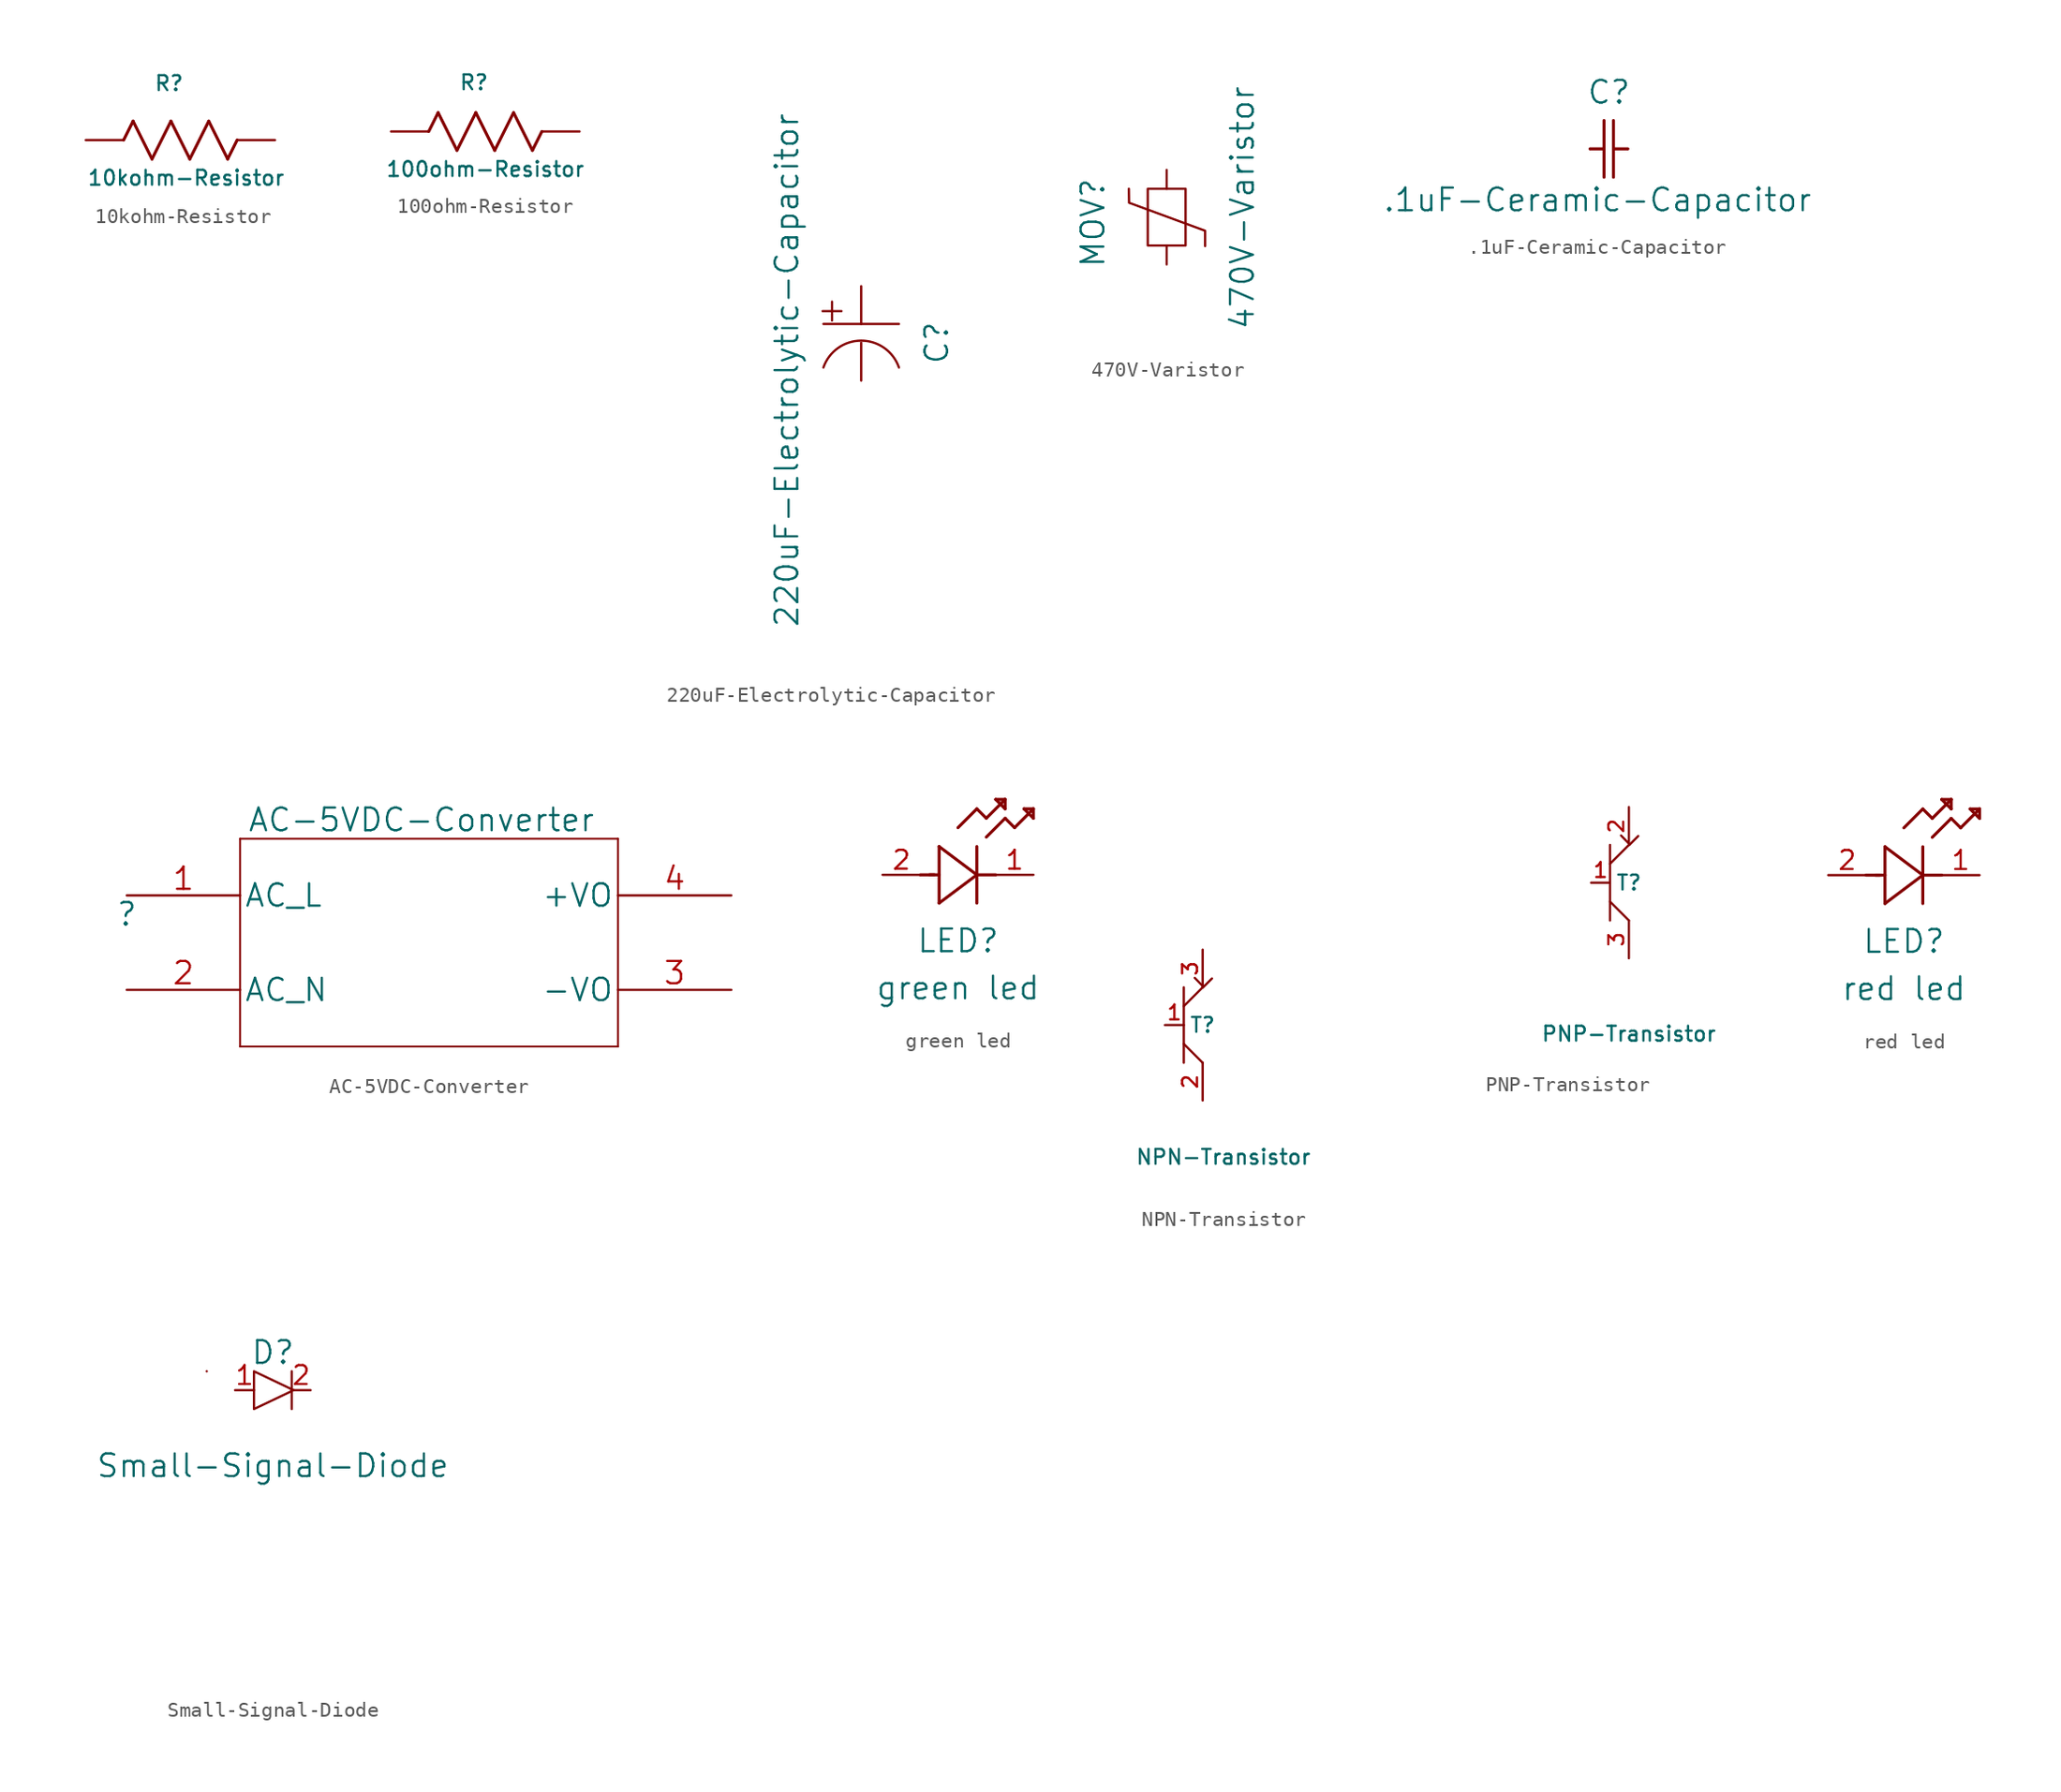
<source format=kicad_sym>
(kicad_symbol_lib
  (version 20220914)
  (generator kicad_symbol_editor)
  (symbol "10kohm-Resistor"
    (pin_numbers hide)
    (pin_names
      (offset -2.54) hide)
    (property "Reference" "R"
      (at 5.588 3.81 0)
      (effects (font (size 1 1))))
    (property "Value" "10kohm-Resistor"
      (at 6.731 -2.54 0)
      (effects (font (size 1 1))))
    (property "Datasheet" ""
      (at 0 0 0)
      (effects (font (size 1.524 1.524))))
    (symbol "10kohm-Resistor_1_1"
      (polyline (pts (xy 2.54 0) (xy 3.175 1.27)) (stroke (width 0.203) (type solid)) (fill (type none)))
      (polyline (pts (xy 3.175 1.27) (xy 4.445 -1.27)) (stroke (width 0.203) (type solid)) (fill (type none)))
      (polyline (pts (xy 4.445 -1.27) (xy 5.715 1.27)) (stroke (width 0.203) (type solid)) (fill (type none)))
      (polyline (pts (xy 5.715 1.27) (xy 6.985 -1.27)) (stroke (width 0.203) (type solid)) (fill (type none)))
      (polyline (pts (xy 6.985 -1.27) (xy 8.255 1.27)) (stroke (width 0.203) (type solid)) (fill (type none)))
      (polyline (pts (xy 8.255 1.27) (xy 9.525 -1.27)) (stroke (width 0.203) (type solid)) (fill (type none)))
      (polyline (pts (xy 9.525 -1.27) (xy 10.16 0)) (stroke (width 0.203) (type solid)) (fill (type none)))
      (pin unspecified line (at 0 0 0) (length 2.54) (name "1" (effects (font (size 1.499 1.499)))) (number "1" (effects (font (size 1.499 1.499)))))
      (pin unspecified line (at 12.7 0 180) (length 2.54) (name "2" (effects (font (size 1.499 1.499)))) (number "2" (effects (font (size 1.499 1.499)))))))
  (symbol "100ohm-Resistor"
    (pin_numbers hide)
    (pin_names
      (offset -2.54) hide)
    (property "Reference" "R"
      (at 5.588 3.302 0)
      (effects (font (size 1 1))))
    (property "Value" "100ohm-Resistor"
      (at 6.35 -2.54 0)
      (effects (font (size 1 1))))
    (property "Datasheet" ""
      (at 0 0 0)
      (effects (font (size 1.524 1.524))))
    (symbol "100ohm-Resistor_1_1"
      (polyline (pts (xy 2.54 0) (xy 3.175 1.27)) (stroke (width 0.203) (type solid)) (fill (type none)))
      (polyline (pts (xy 3.175 1.27) (xy 4.445 -1.27)) (stroke (width 0.203) (type solid)) (fill (type none)))
      (polyline (pts (xy 4.445 -1.27) (xy 5.715 1.27)) (stroke (width 0.203) (type solid)) (fill (type none)))
      (polyline (pts (xy 5.715 1.27) (xy 6.985 -1.27)) (stroke (width 0.203) (type solid)) (fill (type none)))
      (polyline (pts (xy 6.985 -1.27) (xy 8.255 1.27)) (stroke (width 0.203) (type solid)) (fill (type none)))
      (polyline (pts (xy 8.255 1.27) (xy 9.525 -1.27)) (stroke (width 0.203) (type solid)) (fill (type none)))
      (polyline (pts (xy 9.525 -1.27) (xy 10.16 0)) (stroke (width 0.203) (type solid)) (fill (type none)))
      (pin unspecified line (at 0 0 0) (length 2.54) (name "1" (effects (font (size 1.499 1.499)))) (number "1" (effects (font (size 1.499 1.499)))))
      (pin unspecified line (at 12.7 0 180) (length 2.54) (name "2" (effects (font (size 1.499 1.499)))) (number "2" (effects (font (size 1.499 1.499)))))))
  (symbol "220uF-Electrolytic-Capacitor"
    (pin_numbers hide)
    (pin_names
      (offset 1.651) hide)
    (property "Reference" "C"
      (at 13.97 -3.81 90)
      (effects (font (size 1.524 1.524))))
    (property "Value" "220uF-Electrolytic-Capacitor"
      (at 3.889 -5.645 90)
      (effects (font (size 1.524 1.524))))
    (property "Datasheet" ""
      (at -1.191 -0.565 90)
      (effects (font (size 1.524 1.524))))
    (symbol "220uF-Electrolytic-Capacitor_0_1"
      (polyline (pts (xy 6.295 -1.677) (xy 7.565 -1.677)) (stroke (width 0) (type solid)) (fill (type none)))
      (polyline (pts (xy 6.93 -1.042) (xy 6.93 -2.312)) (stroke (width 0) (type solid)) (fill (type none)))
      (polyline (pts (xy 11.43 -2.54) (xy 6.35 -2.54)) (stroke (width 0) (type solid)) (fill (type none)))
      (arc (start 11.43 -5.4716) (mid 8.89 -3.6624) (end 6.35 -5.4716) (stroke (width 0) (type solid)) (fill (type none))))
    (symbol "220uF-Electrolytic-Capacitor_1_1"
      (pin unspecified line (at 8.89 0 270) (length 2.54) (name "" (effects (font (size 1.499 1.499)))) (number "1" (effects (font (size 1.499 1.499)))))
      (pin unspecified line (at 8.89 -6.35 90) (length 2.54) (name "" (effects (font (size 1.499 1.499)))) (number "2" (effects (font (size 1.499 1.499)))))))
  (symbol "470V-Varistor"
    (pin_numbers hide)
    (pin_names hide)
    (property "Reference" "MOV"
      (at -2.413 -3.556 90)
      (effects (font (size 1.524 1.524))))
    (property "Value" "470V-Varistor"
      (at 7.62 -2.54 90)
      (effects (font (size 1.524 1.524))))
    (property "Datasheet" ""
      (at 3.81 -5.08 90)
      (effects (font (size 1.524 1.524))))
    (symbol "470V-Varistor_0_1"
      (polyline (pts (xy 0 -1.27) (xy 0.013 -2.208) (xy 5.122 -4.09) (xy 5.122 -5.119)) (stroke (width 0) (type default)) (fill (type none)))
      (rectangle (start 1.27 -1.27) (end 3.81 -5.08) (stroke (width 0) (type solid)) (fill (type none))))
    (symbol "470V-Varistor_1_1"
      (pin unspecified line (at 2.54 -6.35 90) (length 1.27) (name "1" (effects (font (size 1.499 1.499)))) (number "1" (effects (font (size 1.499 1.499)))))
      (pin unspecified line (at 2.54 0 270) (length 1.27) (name "2" (effects (font (size 1.499 1.499)))) (number "2" (effects (font (size 1.499 1.499)))))))
  (symbol ".1uF-Ceramic-Capacitor"
    (pin_numbers hide)
    (pin_names
      (offset 1.651) hide)
    (property "Reference" "C"
      (at 3.81 3.81 0)
      (effects (font (size 1.524 1.524))))
    (property "Value" ".1uF-Ceramic-Capacitor"
      (at 3.048 -3.429 0)
      (effects (font (size 1.524 1.524))))
    (property "Datasheet" ""
      (at 0 0 0)
      (effects (font (size 1.524 1.524))))
    (symbol ".1uF-Ceramic-Capacitor_1_1"
      (polyline (pts (xy 2.54 0) (xy 3.48 0)) (stroke (width 0.203) (type solid)) (fill (type none)))
      (polyline (pts (xy 3.48 -1.905) (xy 3.48 1.905)) (stroke (width 0.203) (type solid)) (fill (type none)))
      (polyline (pts (xy 4.115 -1.905) (xy 4.115 1.905)) (stroke (width 0.203) (type solid)) (fill (type none)))
      (polyline (pts (xy 4.115 0) (xy 5.08 0)) (stroke (width 0.203) (type solid)) (fill (type none)))
      (pin unspecified line (at 2.54 0 0) (length 0) (name "1" (effects (font (size 1.499 1.499)))) (number "1" (effects (font (size 1.499 1.499)))))
      (pin unspecified line (at 5.08 0 180) (length 0) (name "2" (effects (font (size 1.499 1.499)))) (number "2" (effects (font (size 1.499 1.499)))))))
  (symbol "AC-5VDC-Converter"
    (pin_names
      (offset 0.254))
    (property "Reference" ""
      (at 0 0 0)
      (effects (font (size 1.524 1.524))))
    (property "Value" "AC-5VDC-Converter"
      (at 19.812 6.35 0)
      (effects (font (size 1.524 1.524))))
    (property "Datasheet" ""
      (at 0 0 0)
      (effects (font (size 1.524 1.524))))
    (symbol "AC-5VDC-Converter_1_1"
      (polyline (pts (xy 7.62 -8.89) (xy 33.02 -8.89)) (stroke (width 0.127) (type solid)) (fill (type none)))
      (polyline (pts (xy 7.62 5.08) (xy 7.62 -8.89)) (stroke (width 0.127) (type solid)) (fill (type none)))
      (polyline (pts (xy 33.02 -8.89) (xy 33.02 5.08)) (stroke (width 0.127) (type solid)) (fill (type none)))
      (polyline (pts (xy 33.02 5.08) (xy 7.62 5.08)) (stroke (width 0.127) (type solid)) (fill (type none)))
      (pin unspecified line (at 0 1.27 0) (length 7.62) (name "AC_L" (effects (font (size 1.499 1.499)))) (number "1" (effects (font (size 1.499 1.499)))))
      (pin unspecified line (at 0 -5.08 0) (length 7.62) (name "AC_N" (effects (font (size 1.499 1.499)))) (number "2" (effects (font (size 1.499 1.499)))))
      (pin power_in line (at 40.64 -5.08 180) (length 7.62) (name "-VO" (effects (font (size 1.499 1.499)))) (number "3" (effects (font (size 1.499 1.499)))))
      (pin power_in line (at 40.64 1.27 180) (length 7.62) (name "+VO" (effects (font (size 1.499 1.499)))) (number "4" (effects (font (size 1.499 1.499)))))))
  (symbol "green led"
    (pin_names
      (offset 0.254))
    (property "Reference" "LED"
      (at 5.08 -4.445 0)
      (effects (font (size 1.524 1.524))))
    (property "Value" "green led"
      (at 5.08 -7.62 0)
      (effects (font (size 1.524 1.524))))
    (property "ki_locked" ""
      (at 0 0 0)
      (effects (font (size 1.27 1.27))))
    (symbol "green led_0_1"
      (polyline (pts (xy 2.54 0) (xy 3.48 0)) (stroke (width 0.203) (type default)) (fill (type none)))
      (polyline (pts (xy 3.175 0) (xy 3.81 0)) (stroke (width 0.203) (type default)) (fill (type none)))
      (polyline (pts (xy 3.81 -1.905) (xy 6.35 0)) (stroke (width 0.203) (type default)) (fill (type none)))
      (polyline (pts (xy 3.81 1.905) (xy 3.81 -1.905)) (stroke (width 0.203) (type default)) (fill (type none)))
      (polyline (pts (xy 5.08 3.175) (xy 6.35 4.445)) (stroke (width 0.203) (type default)) (fill (type none)))
      (polyline (pts (xy 6.35 -1.905) (xy 6.35 1.905)) (stroke (width 0.203) (type default)) (fill (type none)))
      (polyline (pts (xy 6.35 0) (xy 3.81 1.905)) (stroke (width 0.203) (type default)) (fill (type none)))
      (polyline (pts (xy 6.35 0) (xy 7.62 0)) (stroke (width 0.203) (type default)) (fill (type none)))
      (polyline (pts (xy 6.35 4.445) (xy 6.985 3.81)) (stroke (width 0.203) (type default)) (fill (type none)))
      (polyline (pts (xy 6.985 2.54) (xy 8.255 3.81)) (stroke (width 0.203) (type default)) (fill (type none)))
      (polyline (pts (xy 6.985 3.81) (xy 8.255 5.08)) (stroke (width 0.203) (type default)) (fill (type none)))
      (polyline (pts (xy 7.62 5.08) (xy 8.255 4.445)) (stroke (width 0.203) (type default)) (fill (type none)))
      (polyline (pts (xy 8.255 3.81) (xy 8.89 3.175)) (stroke (width 0.203) (type default)) (fill (type none)))
      (polyline (pts (xy 8.255 4.445) (xy 8.255 5.08)) (stroke (width 0.203) (type default)) (fill (type none)))
      (polyline (pts (xy 8.255 5.08) (xy 7.62 5.08)) (stroke (width 0.203) (type default)) (fill (type none)))
      (polyline (pts (xy 8.89 3.175) (xy 10.16 4.445)) (stroke (width 0.203) (type default)) (fill (type none)))
      (polyline (pts (xy 9.525 4.445) (xy 10.16 3.81)) (stroke (width 0.203) (type default)) (fill (type none)))
      (polyline (pts (xy 10.16 3.81) (xy 10.16 4.445)) (stroke (width 0.203) (type default)) (fill (type none)))
      (polyline (pts (xy 10.16 4.445) (xy 9.525 4.445)) (stroke (width 0.203) (type default)) (fill (type none)))
      (pin unspecified line (at 10.16 0 180) (length 2.54) (name "" (effects (font (size 1.27 1.27)))) (number "1" (effects (font (size 1.27 1.27)))))
      (pin unspecified line (at 0 0 0) (length 2.54) (name "" (effects (font (size 1.27 1.27)))) (number "2" (effects (font (size 1.27 1.27)))))))
  (symbol "NPN-Transistor"
    (pin_names
      (offset 1.016))
    (property "Reference" "T"
      (at 5.08 -22.86 0)
      (effects (font (size 1 1))))
    (property "Value" "NPN-Transistor"
      (at 6.477 -31.75 0)
      (effects (font (size 1 1))))
    (property "Datasheet" ""
      (at 2.667 -8.89 0)
      (effects (font (size 1.524 1.524))))
    (symbol "NPN-Transistor_0_1"
      (polyline (pts (xy 3.81 -24.13) (xy 5.08 -25.4)) (stroke (width 0) (type default)) (fill (type none)))
      (polyline (pts (xy 3.81 -21.59) (xy 5.08 -20.32)) (stroke (width 0) (type default)) (fill (type none)))
      (polyline (pts (xy 3.81 -20.32) (xy 3.81 -25.4)) (stroke (width 0) (type default)) (fill (type none)))
      (polyline (pts (xy 5.11 -20.26) (xy 4.551 -19.685)) (stroke (width 0) (type default)) (fill (type none))))
    (symbol "NPN-Transistor_1_1"
      (polyline (pts (xy 5.115 -20.314) (xy 5.708 -19.722)) (stroke (width 0) (type default)) (fill (type none)))
      (pin input line (at 2.54 -22.86 0) (length 1.27) (name "" (effects (font (size 1 1)))) (number "1" (effects (font (size 1 1)))))
      (pin output line (at 5.08 -27.94 90) (length 2.54) (name "" (effects (font (size 1 1)))) (number "2" (effects (font (size 1 1)))))
      (pin output line (at 5.08 -17.78 270) (length 2.54) (name "" (effects (font (size 1 1)))) (number "3" (effects (font (size 1 1)))))))
  (symbol "PNP-Transistor"
    (pin_names
      (offset 1.016))
    (property "Reference" "T"
      (at 26.67 -2.54 0)
      (effects (font (size 1 1))))
    (property "Value" "PNP-Transistor"
      (at 26.67 -12.7 0)
      (effects (font (size 1 1))))
    (property "Datasheet" ""
      (at 12.827 -8.89 0)
      (effects (font (size 1.524 1.524))))
    (symbol "PNP-Transistor_0_1"
      (polyline (pts (xy 25.4 -3.81) (xy 26.67 -5.08)) (stroke (width 0) (type default)) (fill (type none)))
      (polyline (pts (xy 25.4 -1.27) (xy 26.67 0)) (stroke (width 0) (type default)) (fill (type none)))
      (polyline (pts (xy 25.4 0) (xy 25.4 -5.08)) (stroke (width 0) (type default)) (fill (type none)))
      (polyline (pts (xy 26.7 0.06) (xy 26.141 0.635)) (stroke (width 0) (type default)) (fill (type none))))
    (symbol "PNP-Transistor_1_1"
      (polyline (pts (xy 26.706 0.006) (xy 27.298 0.598)) (stroke (width 0) (type default)) (fill (type none)))
      (pin input line (at 24.13 -2.54 0) (length 1.27) (name "" (effects (font (size 1 1)))) (number "1" (effects (font (size 1 1)))))
      (pin output line (at 26.67 2.54 270) (length 2.54) (name "" (effects (font (size 1 1)))) (number "2" (effects (font (size 1 1)))))
      (pin output line (at 26.67 -7.62 90) (length 2.54) (name "" (effects (font (size 1 1)))) (number "3" (effects (font (size 1 1)))))))
  (symbol "red led"
    (pin_names
      (offset 0.254))
    (property "Reference" "LED"
      (at 5.08 -4.445 0)
      (effects (font (size 1.524 1.524))))
    (property "Value" "red led"
      (at 5.08 -7.62 0)
      (effects (font (size 1.524 1.524))))
    (property "ki_locked" ""
      (at 0 0 0)
      (effects (font (size 1.27 1.27))))
    (symbol "red led_0_1"
      (polyline (pts (xy 2.54 0) (xy 3.48 0)) (stroke (width 0.203) (type default)) (fill (type none)))
      (polyline (pts (xy 3.175 0) (xy 3.81 0)) (stroke (width 0.203) (type default)) (fill (type none)))
      (polyline (pts (xy 3.81 -1.905) (xy 6.35 0)) (stroke (width 0.203) (type default)) (fill (type none)))
      (polyline (pts (xy 3.81 1.905) (xy 3.81 -1.905)) (stroke (width 0.203) (type default)) (fill (type none)))
      (polyline (pts (xy 5.08 3.175) (xy 6.35 4.445)) (stroke (width 0.203) (type default)) (fill (type none)))
      (polyline (pts (xy 6.35 -1.905) (xy 6.35 1.905)) (stroke (width 0.203) (type default)) (fill (type none)))
      (polyline (pts (xy 6.35 0) (xy 3.81 1.905)) (stroke (width 0.203) (type default)) (fill (type none)))
      (polyline (pts (xy 6.35 0) (xy 7.62 0)) (stroke (width 0.203) (type default)) (fill (type none)))
      (polyline (pts (xy 6.35 4.445) (xy 6.985 3.81)) (stroke (width 0.203) (type default)) (fill (type none)))
      (polyline (pts (xy 6.985 2.54) (xy 8.255 3.81)) (stroke (width 0.203) (type default)) (fill (type none)))
      (polyline (pts (xy 6.985 3.81) (xy 8.255 5.08)) (stroke (width 0.203) (type default)) (fill (type none)))
      (polyline (pts (xy 7.62 5.08) (xy 8.255 4.445)) (stroke (width 0.203) (type default)) (fill (type none)))
      (polyline (pts (xy 8.255 3.81) (xy 8.89 3.175)) (stroke (width 0.203) (type default)) (fill (type none)))
      (polyline (pts (xy 8.255 4.445) (xy 8.255 5.08)) (stroke (width 0.203) (type default)) (fill (type none)))
      (polyline (pts (xy 8.255 5.08) (xy 7.62 5.08)) (stroke (width 0.203) (type default)) (fill (type none)))
      (polyline (pts (xy 8.89 3.175) (xy 10.16 4.445)) (stroke (width 0.203) (type default)) (fill (type none)))
      (polyline (pts (xy 9.525 4.445) (xy 10.16 3.81)) (stroke (width 0.203) (type default)) (fill (type none)))
      (polyline (pts (xy 10.16 3.81) (xy 10.16 4.445)) (stroke (width 0.203) (type default)) (fill (type none)))
      (polyline (pts (xy 10.16 4.445) (xy 9.525 4.445)) (stroke (width 0.203) (type default)) (fill (type none)))
      (pin unspecified line (at 10.16 0 180) (length 2.54) (name "" (effects (font (size 1.27 1.27)))) (number "1" (effects (font (size 1.27 1.27)))))
      (pin unspecified line (at 0 0 0) (length 2.54) (name "" (effects (font (size 1.27 1.27)))) (number "2" (effects (font (size 1.27 1.27)))))))
  (symbol "Small-Signal-Diode"
    (pin_names
      (offset 0.254))
    (property "Reference" "D"
      (at 16.51 15.24 0)
      (effects (font (size 1.524 1.524))))
    (property "Value" "Small-Signal-Diode"
      (at 16.51 7.62 0)
      (effects (font (size 1.524 1.524))))
    (property "Datasheet" ""
      (at 12.065 -5.334 0)
      (effects (font (size 1.524 1.524))))
    (symbol "Small-Signal-Diode_0_1"
      (polyline (pts (xy 12.065 13.97) (xy 12.065 13.97)) (stroke (width 0) (type solid)) (fill (type none)))
      (polyline (pts (xy 17.78 13.97) (xy 17.78 11.43)) (stroke (width 0) (type solid)) (fill (type none)))
      (polyline (pts (xy 17.907 12.7) (xy 15.24 13.97) (xy 15.24 11.43) (xy 17.907 12.7)) (stroke (width 0) (type solid)) (fill (type none))))
    (symbol "Small-Signal-Diode_1_1"
      (pin unspecified line (at 13.97 12.7 0) (length 1.27) (name "~" (effects (font (size 1.27 1.27)))) (number "1" (effects (font (size 1.27 1.27)))))
      (pin unspecified line (at 19.05 12.7 180) (length 1.27) (name "~" (effects (font (size 1.27 1.27)))) (number "2" (effects (font (size 1.27 1.27))))))))
</source>
